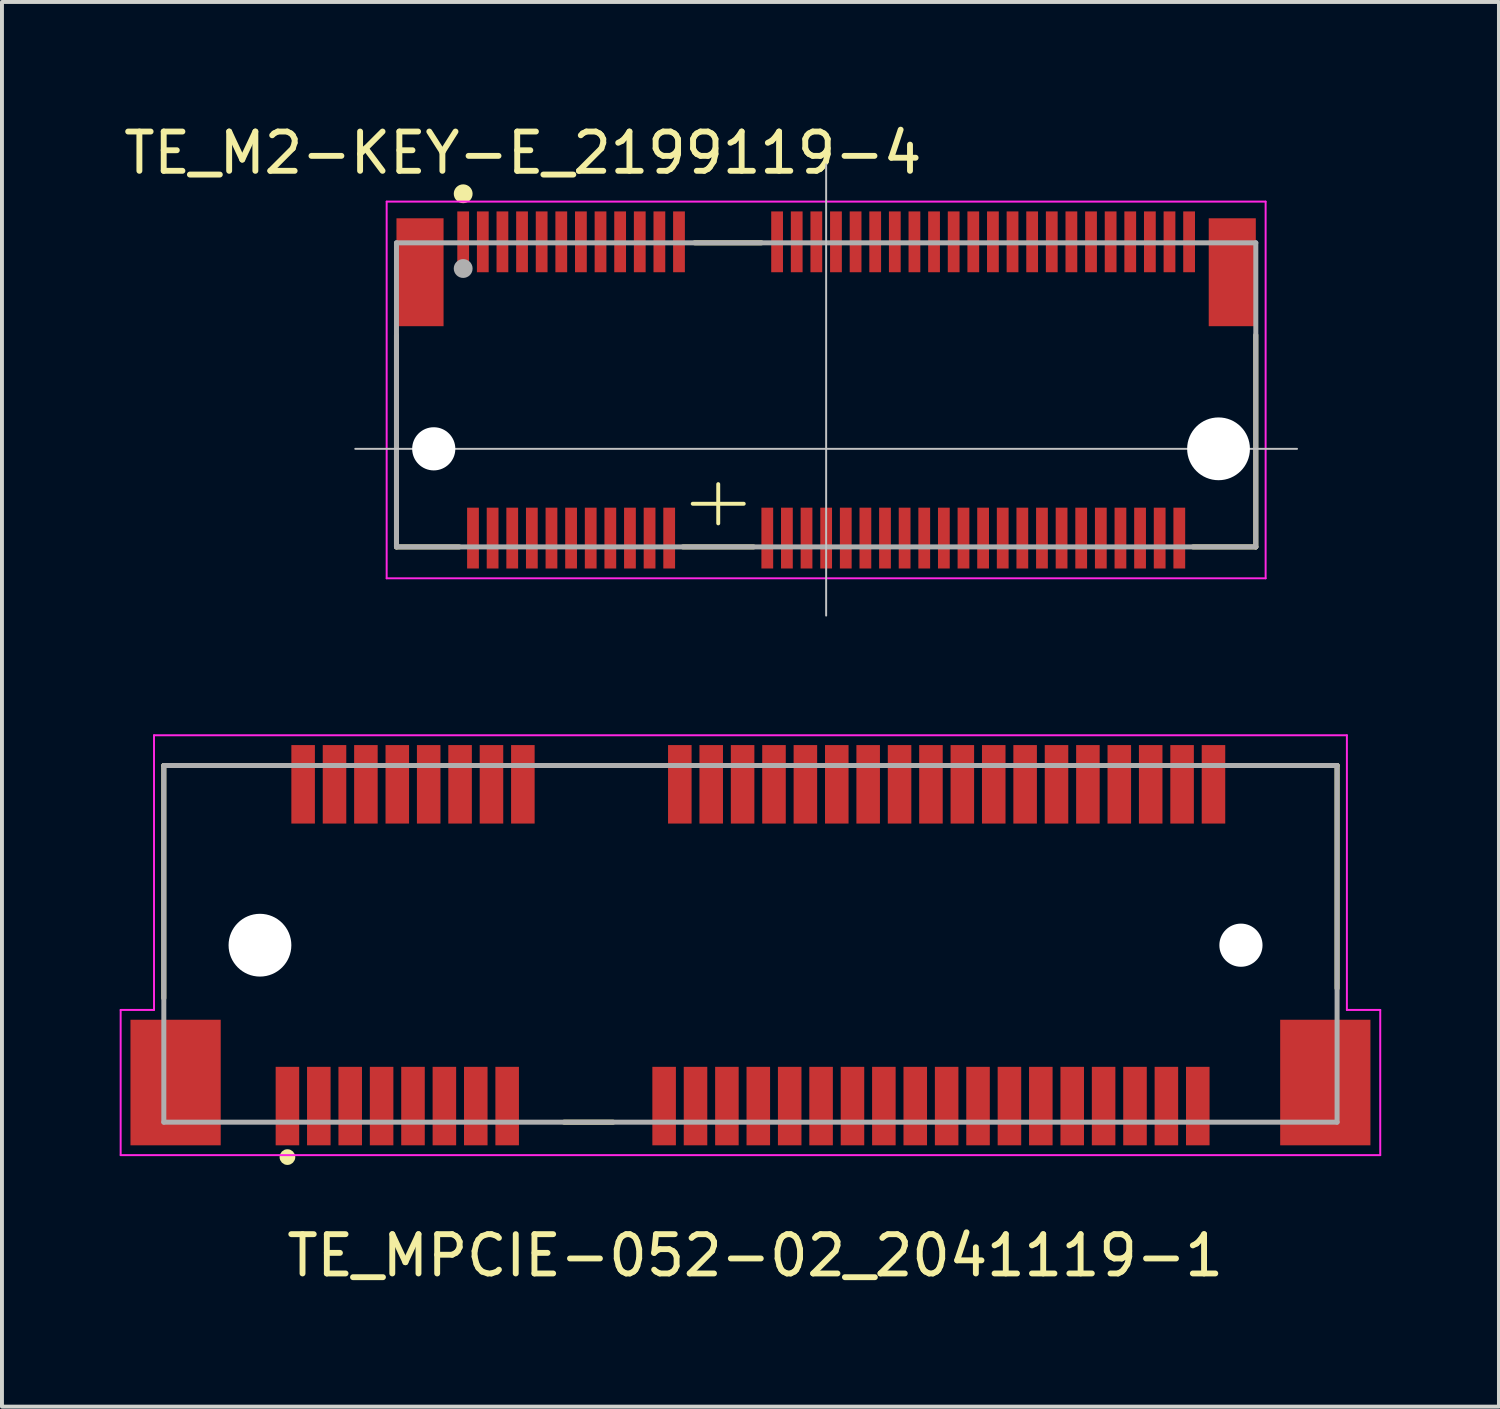
<source format=kicad_pcb>
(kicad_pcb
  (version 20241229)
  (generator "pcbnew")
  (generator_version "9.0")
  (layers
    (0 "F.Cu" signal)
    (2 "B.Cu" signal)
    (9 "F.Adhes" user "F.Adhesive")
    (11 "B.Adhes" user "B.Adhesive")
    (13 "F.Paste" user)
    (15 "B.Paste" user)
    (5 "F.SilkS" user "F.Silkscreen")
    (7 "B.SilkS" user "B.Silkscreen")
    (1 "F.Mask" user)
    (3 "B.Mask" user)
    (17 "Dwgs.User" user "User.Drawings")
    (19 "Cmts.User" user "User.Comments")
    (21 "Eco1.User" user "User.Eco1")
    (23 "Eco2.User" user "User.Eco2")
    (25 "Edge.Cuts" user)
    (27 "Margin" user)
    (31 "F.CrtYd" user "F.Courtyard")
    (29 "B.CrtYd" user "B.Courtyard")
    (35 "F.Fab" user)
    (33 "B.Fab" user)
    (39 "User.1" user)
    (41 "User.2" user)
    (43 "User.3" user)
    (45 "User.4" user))
  (footprint "TE_MPCIE-052-02_2041119-1"
    (layer "F.Cu")
    (at 16.075 21.038)
    (property "Reference" "TE_MPCIE-052-02_2041119-1" (at 0.12 7.91 0) (layer "F.SilkS") (effects (font (size 1.001 1.001) (thickness 0.15))))
    (attr smd)
    (fp_line (start -14.95 -4.58) (end -12.2 -4.58) (stroke (width 0.127) (type solid)) (layer "F.SilkS"))
    (fp_line (start -14.95 1.35) (end -14.95 -4.58) (stroke (width 0.127) (type solid)) (layer "F.SilkS"))
    (fp_line (start -4.75 4.51) (end -3.5 4.51) (stroke (width 0.127) (type solid)) (layer "F.SilkS"))
    (fp_line (start -4.4 -4.58) (end -3.15 -4.58) (stroke (width 0.127) (type solid)) (layer "F.SilkS"))
    (fp_line (start 13 -4.58) (end 14.95 -4.58) (stroke (width 0.127) (type solid)) (layer "F.SilkS"))
    (fp_line (start 14.95 -4.58) (end 14.95 1.1) (stroke (width 0.127) (type solid)) (layer "F.SilkS"))
    (fp_circle (center -11.8 5.4) (end -11.7 5.4) (stroke (width 0.2) (type solid)) (fill no) (layer "F.SilkS"))
    (fp_line (start -16.05 1.65) (end -15.2 1.65) (stroke (width 0.05) (type solid)) (layer "F.CrtYd"))
    (fp_line (start -16.05 5.35) (end -16.05 1.65) (stroke (width 0.05) (type solid)) (layer "F.CrtYd"))
    (fp_line (start -15.2 -5.35) (end 15.2 -5.35) (stroke (width 0.05) (type default)) (layer "F.CrtYd"))
    (fp_line (start -15.2 1.65) (end -15.2 -5.35) (stroke (width 0.05) (type solid)) (layer "F.CrtYd"))
    (fp_line (start 15.2 -5.35) (end 15.2 1.65) (stroke (width 0.05) (type solid)) (layer "F.CrtYd"))
    (fp_line (start 15.2 1.65) (end 16.05 1.65) (stroke (width 0.05) (type solid)) (layer "F.CrtYd"))
    (fp_line (start 16.05 1.65) (end 16.05 5.35) (stroke (width 0.05) (type solid)) (layer "F.CrtYd"))
    (fp_line (start 16.05 5.35) (end -16.05 5.35) (stroke (width 0.05) (type solid)) (layer "F.CrtYd"))
    (fp_line (start -14.95 -4.58) (end -14.95 4.51) (stroke (width 0.127) (type solid)) (layer "F.Fab"))
    (fp_line (start -14.95 4.51) (end 14.95 4.51) (stroke (width 0.127) (type solid)) (layer "F.Fab"))
    (fp_line (start 14.95 -4.58) (end -14.95 -4.58) (stroke (width 0.127) (type solid)) (layer "F.Fab"))
    (fp_line (start 14.95 4.51) (end 14.95 -4.58) (stroke (width 0.127) (type solid)) (layer "F.Fab"))
    (pad "" np_thru_hole circle (at -12.5 0) (size 1.6 1.6) (drill 1.6) (layers "*.Cu" "*.Mask"))
    (pad "" np_thru_hole circle (at 12.5 0) (size 1.1 1.1) (drill 1.1) (layers "*.Cu" "*.Mask"))
    (pad "1" smd rect (at -11.8 4.1) (size 0.6 2) (layers "F.Cu" "F.Mask" "F.Paste"))
    (pad "2" smd rect (at -11.4 -4.1) (size 0.6 2) (layers "F.Cu" "F.Mask" "F.Paste"))
    (pad "3" smd rect (at -11 4.1) (size 0.6 2) (layers "F.Cu" "F.Mask" "F.Paste"))
    (pad "4" smd rect (at -10.6 -4.1) (size 0.6 2) (layers "F.Cu" "F.Mask" "F.Paste"))
    (pad "5" smd rect (at -10.2 4.1) (size 0.6 2) (layers "F.Cu" "F.Mask" "F.Paste"))
    (pad "6" smd rect (at -9.8 -4.1) (size 0.6 2) (layers "F.Cu" "F.Mask" "F.Paste"))
    (pad "7" smd rect (at -9.4 4.1) (size 0.6 2) (layers "F.Cu" "F.Mask" "F.Paste"))
    (pad "8" smd rect (at -9 -4.1) (size 0.6 2) (layers "F.Cu" "F.Mask" "F.Paste"))
    (pad "9" smd rect (at -8.6 4.1) (size 0.6 2) (layers "F.Cu" "F.Mask" "F.Paste"))
    (pad "10" smd rect (at -8.2 -4.1) (size 0.6 2) (layers "F.Cu" "F.Mask" "F.Paste"))
    (pad "11" smd rect (at -7.8 4.1) (size 0.6 2) (layers "F.Cu" "F.Mask" "F.Paste"))
    (pad "12" smd rect (at -7.4 -4.1) (size 0.6 2) (layers "F.Cu" "F.Mask" "F.Paste"))
    (pad "13" smd rect (at -7 4.1) (size 0.6 2) (layers "F.Cu" "F.Mask" "F.Paste"))
    (pad "14" smd rect (at -6.6 -4.1) (size 0.6 2) (layers "F.Cu" "F.Mask" "F.Paste"))
    (pad "15" smd rect (at -6.2 4.1) (size 0.6 2) (layers "F.Cu" "F.Mask" "F.Paste"))
    (pad "16" smd rect (at -5.8 -4.1) (size 0.6 2) (layers "F.Cu" "F.Mask" "F.Paste"))
    (pad "17" smd rect (at -2.2 4.1) (size 0.6 2) (layers "F.Cu" "F.Mask" "F.Paste"))
    (pad "18" smd rect (at -1.8 -4.1) (size 0.6 2) (layers "F.Cu" "F.Mask" "F.Paste"))
    (pad "19" smd rect (at -1.4 4.1) (size 0.6 2) (layers "F.Cu" "F.Mask" "F.Paste"))
    (pad "20" smd rect (at -1 -4.1) (size 0.6 2) (layers "F.Cu" "F.Mask" "F.Paste"))
    (pad "21" smd rect (at -0.6 4.1) (size 0.6 2) (layers "F.Cu" "F.Mask" "F.Paste"))
    (pad "22" smd rect (at -0.2 -4.1) (size 0.6 2) (layers "F.Cu" "F.Mask" "F.Paste"))
    (pad "23" smd rect (at 0.2 4.1) (size 0.6 2) (layers "F.Cu" "F.Mask" "F.Paste"))
    (pad "24" smd rect (at 0.6 -4.1) (size 0.6 2) (layers "F.Cu" "F.Mask" "F.Paste"))
    (pad "25" smd rect (at 1 4.1) (size 0.6 2) (layers "F.Cu" "F.Mask" "F.Paste"))
    (pad "26" smd rect (at 1.4 -4.1) (size 0.6 2) (layers "F.Cu" "F.Mask" "F.Paste"))
    (pad "27" smd rect (at 1.8 4.1) (size 0.6 2) (layers "F.Cu" "F.Mask" "F.Paste"))
    (pad "28" smd rect (at 2.2 -4.1) (size 0.6 2) (layers "F.Cu" "F.Mask" "F.Paste"))
    (pad "29" smd rect (at 2.6 4.1) (size 0.6 2) (layers "F.Cu" "F.Mask" "F.Paste"))
    (pad "30" smd rect (at 3 -4.1) (size 0.6 2) (layers "F.Cu" "F.Mask" "F.Paste"))
    (pad "31" smd rect (at 3.4 4.1) (size 0.6 2) (layers "F.Cu" "F.Mask" "F.Paste"))
    (pad "32" smd rect (at 3.8 -4.1) (size 0.6 2) (layers "F.Cu" "F.Mask" "F.Paste"))
    (pad "33" smd rect (at 4.2 4.1) (size 0.6 2) (layers "F.Cu" "F.Mask" "F.Paste"))
    (pad "34" smd rect (at 4.6 -4.1) (size 0.6 2) (layers "F.Cu" "F.Mask" "F.Paste"))
    (pad "35" smd rect (at 5 4.1) (size 0.6 2) (layers "F.Cu" "F.Mask" "F.Paste"))
    (pad "36" smd rect (at 5.4 -4.1) (size 0.6 2) (layers "F.Cu" "F.Mask" "F.Paste"))
    (pad "37" smd rect (at 5.8 4.1) (size 0.6 2) (layers "F.Cu" "F.Mask" "F.Paste"))
    (pad "38" smd rect (at 6.2 -4.1) (size 0.6 2) (layers "F.Cu" "F.Mask" "F.Paste"))
    (pad "39" smd rect (at 6.6 4.1) (size 0.6 2) (layers "F.Cu" "F.Mask" "F.Paste"))
    (pad "40" smd rect (at 7 -4.1) (size 0.6 2) (layers "F.Cu" "F.Mask" "F.Paste"))
    (pad "41" smd rect (at 7.4 4.1) (size 0.6 2) (layers "F.Cu" "F.Mask" "F.Paste"))
    (pad "42" smd rect (at 7.8 -4.1) (size 0.6 2) (layers "F.Cu" "F.Mask" "F.Paste"))
    (pad "43" smd rect (at 8.2 4.1) (size 0.6 2) (layers "F.Cu" "F.Mask" "F.Paste"))
    (pad "44" smd rect (at 8.6 -4.1) (size 0.6 2) (layers "F.Cu" "F.Mask" "F.Paste"))
    (pad "45" smd rect (at 9 4.1) (size 0.6 2) (layers "F.Cu" "F.Mask" "F.Paste"))
    (pad "46" smd rect (at 9.4 -4.1) (size 0.6 2) (layers "F.Cu" "F.Mask" "F.Paste"))
    (pad "47" smd rect (at 9.8 4.1) (size 0.6 2) (layers "F.Cu" "F.Mask" "F.Paste"))
    (pad "48" smd rect (at 10.2 -4.1) (size 0.6 2) (layers "F.Cu" "F.Mask" "F.Paste"))
    (pad "49" smd rect (at 10.6 4.1) (size 0.6 2) (layers "F.Cu" "F.Mask" "F.Paste"))
    (pad "50" smd rect (at 11 -4.1) (size 0.6 2) (layers "F.Cu" "F.Mask" "F.Paste"))
    (pad "51" smd rect (at 11.4 4.1) (size 0.6 2) (layers "F.Cu" "F.Mask" "F.Paste"))
    (pad "52" smd rect (at 11.8 -4.1) (size 0.6 2) (layers "F.Cu" "F.Mask" "F.Paste"))
    (pad "S1" smd rect (at -14.65 3.5) (size 2.3 3.2) (layers "F.Cu" "F.Mask" "F.Paste"))
    (pad "S2" smd rect (at 14.65 3.5) (size 2.3 3.2) (layers "F.Cu" "F.Mask" "F.Paste")))
  (footprint "TE_M2-KEY-E_2199119-4"
    (layer "F.Cu")
    (at 18.004 8.388)
    (property "Reference" "TE_M2-KEY-E_2199119-4" (at -7.73 -7.54 0) (layer "F.SilkS") (effects (font (size 1.001 1.001) (thickness 0.15))))
    (attr smd)
    (fp_line (start -10.95 -2.9) (end -10.95 2.5) (stroke (width 0.127) (type solid)) (layer "F.SilkS"))
    (fp_line (start -10.95 2.5) (end -9.35 2.5) (stroke (width 0.127) (type solid)) (layer "F.SilkS"))
    (fp_line (start -3.65 2.5) (end -1.85 2.5) (stroke (width 0.127) (type solid)) (layer "F.SilkS"))
    (fp_line (start -3.4 1.4) (end -2.1 1.4) (stroke (width 0.1) (type default)) (layer "F.SilkS"))
    (fp_line (start -3.35 -5.25) (end -1.65 -5.25) (stroke (width 0.127) (type solid)) (layer "F.SilkS"))
    (fp_line (start -2.75 1.9) (end -2.75 0.9) (stroke (width 0.1) (type default)) (layer "F.SilkS"))
    (fp_line (start 9.35 2.5) (end 10.95 2.5) (stroke (width 0.127) (type solid)) (layer "F.SilkS"))
    (fp_line (start 10.95 2.5) (end 10.95 -2.9) (stroke (width 0.127) (type solid)) (layer "F.SilkS"))
    (fp_circle (center -9.25 -6.5) (end -9.13 -6.5) (stroke (width 0.24) (type solid)) (fill no) (layer "F.SilkS"))
    (fp_line (start -12 0) (end 12 0) (stroke (width 0.05) (type solid)) (layer "Dwgs.User"))
    (fp_line (start 0 -7.25) (end 0 4.25) (stroke (width 0.05) (type solid)) (layer "Dwgs.User"))
    (fp_line (start -11.2 -6.3) (end 11.2 -6.3) (stroke (width 0.05) (type solid)) (layer "F.CrtYd"))
    (fp_line (start -11.2 3.3) (end -11.2 -6.3) (stroke (width 0.05) (type solid)) (layer "F.CrtYd"))
    (fp_line (start 11.2 -6.3) (end 11.2 3.3) (stroke (width 0.05) (type solid)) (layer "F.CrtYd"))
    (fp_line (start 11.2 3.3) (end -11.2 3.3) (stroke (width 0.05) (type solid)) (layer "F.CrtYd"))
    (fp_line (start -10.95 -5.25) (end 10.95 -5.25) (stroke (width 0.127) (type solid)) (layer "F.Fab"))
    (fp_line (start -10.95 2.5) (end -10.95 -5.25) (stroke (width 0.127) (type solid)) (layer "F.Fab"))
    (fp_line (start 10.95 -5.25) (end 10.95 2.5) (stroke (width 0.127) (type solid)) (layer "F.Fab"))
    (fp_line (start 10.95 2.5) (end -10.95 2.5) (stroke (width 0.127) (type solid)) (layer "F.Fab"))
    (fp_circle (center -9.25 -4.595) (end -9.13 -4.595) (stroke (width 0.24) (type solid)) (fill no) (layer "F.Fab"))
    (pad "" np_thru_hole circle (at -10 0) (size 1.1 1.1) (drill 1.1) (layers "*.Cu" "*.Mask"))
    (pad "" np_thru_hole circle (at 10 0) (size 1.6 1.6) (drill 1.6) (layers "*.Cu" "*.Mask"))
    (pad "1" smd rect (at -9.25 -5.275) (size 0.3 1.55) (layers "F.Cu" "F.Mask" "F.Paste"))
    (pad "2" smd rect (at -9 2.275) (size 0.3 1.55) (layers "F.Cu" "F.Mask" "F.Paste"))
    (pad "3" smd rect (at -8.75 -5.275) (size 0.3 1.55) (layers "F.Cu" "F.Mask" "F.Paste"))
    (pad "4" smd rect (at -8.5 2.275) (size 0.3 1.55) (layers "F.Cu" "F.Mask" "F.Paste"))
    (pad "5" smd rect (at -8.25 -5.275) (size 0.3 1.55) (layers "F.Cu" "F.Mask" "F.Paste"))
    (pad "6" smd rect (at -8 2.275) (size 0.3 1.55) (layers "F.Cu" "F.Mask" "F.Paste"))
    (pad "7" smd rect (at -7.75 -5.275) (size 0.3 1.55) (layers "F.Cu" "F.Mask" "F.Paste"))
    (pad "8" smd rect (at -7.5 2.275) (size 0.3 1.55) (layers "F.Cu" "F.Mask" "F.Paste"))
    (pad "9" smd rect (at -7.25 -5.275) (size 0.3 1.55) (layers "F.Cu" "F.Mask" "F.Paste"))
    (pad "10" smd rect (at -7 2.275) (size 0.3 1.55) (layers "F.Cu" "F.Mask" "F.Paste"))
    (pad "11" smd rect (at -6.75 -5.275) (size 0.3 1.55) (layers "F.Cu" "F.Mask" "F.Paste"))
    (pad "12" smd rect (at -6.5 2.275) (size 0.3 1.55) (layers "F.Cu" "F.Mask" "F.Paste"))
    (pad "13" smd rect (at -6.25 -5.275) (size 0.3 1.55) (layers "F.Cu" "F.Mask" "F.Paste"))
    (pad "14" smd rect (at -6 2.275) (size 0.3 1.55) (layers "F.Cu" "F.Mask" "F.Paste"))
    (pad "15" smd rect (at -5.75 -5.275) (size 0.3 1.55) (layers "F.Cu" "F.Mask" "F.Paste"))
    (pad "16" smd rect (at -5.5 2.275) (size 0.3 1.55) (layers "F.Cu" "F.Mask" "F.Paste"))
    (pad "17" smd rect (at -5.25 -5.275) (size 0.3 1.55) (layers "F.Cu" "F.Mask" "F.Paste"))
    (pad "18" smd rect (at -5 2.275) (size 0.3 1.55) (layers "F.Cu" "F.Mask" "F.Paste"))
    (pad "19" smd rect (at -4.75 -5.275) (size 0.3 1.55) (layers "F.Cu" "F.Mask" "F.Paste"))
    (pad "20" smd rect (at -4.5 2.275) (size 0.3 1.55) (layers "F.Cu" "F.Mask" "F.Paste"))
    (pad "21" smd rect (at -4.25 -5.275) (size 0.3 1.55) (layers "F.Cu" "F.Mask" "F.Paste"))
    (pad "22" smd rect (at -4 2.275) (size 0.3 1.55) (layers "F.Cu" "F.Mask" "F.Paste"))
    (pad "23" smd rect (at -3.75 -5.275) (size 0.3 1.55) (layers "F.Cu" "F.Mask" "F.Paste"))
    (pad "32" smd rect (at -1.5 2.275) (size 0.3 1.55) (layers "F.Cu" "F.Mask" "F.Paste"))
    (pad "33" smd rect (at -1.25 -5.275) (size 0.3 1.55) (layers "F.Cu" "F.Mask" "F.Paste"))
    (pad "34" smd rect (at -1 2.275) (size 0.3 1.55) (layers "F.Cu" "F.Mask" "F.Paste"))
    (pad "35" smd rect (at -0.75 -5.275) (size 0.3 1.55) (layers "F.Cu" "F.Mask" "F.Paste"))
    (pad "36" smd rect (at -0.5 2.275) (size 0.3 1.55) (layers "F.Cu" "F.Mask" "F.Paste"))
    (pad "37" smd rect (at -0.25 -5.275) (size 0.3 1.55) (layers "F.Cu" "F.Mask" "F.Paste"))
    (pad "38" smd rect (at 0 2.275) (size 0.3 1.55) (layers "F.Cu" "F.Mask" "F.Paste"))
    (pad "39" smd rect (at 0.25 -5.275) (size 0.3 1.55) (layers "F.Cu" "F.Mask" "F.Paste"))
    (pad "40" smd rect (at 0.5 2.275) (size 0.3 1.55) (layers "F.Cu" "F.Mask" "F.Paste"))
    (pad "41" smd rect (at 0.75 -5.275) (size 0.3 1.55) (layers "F.Cu" "F.Mask" "F.Paste"))
    (pad "42" smd rect (at 1 2.275) (size 0.3 1.55) (layers "F.Cu" "F.Mask" "F.Paste"))
    (pad "43" smd rect (at 1.25 -5.275) (size 0.3 1.55) (layers "F.Cu" "F.Mask" "F.Paste"))
    (pad "44" smd rect (at 1.5 2.275) (size 0.3 1.55) (layers "F.Cu" "F.Mask" "F.Paste"))
    (pad "45" smd rect (at 1.75 -5.275) (size 0.3 1.55) (layers "F.Cu" "F.Mask" "F.Paste"))
    (pad "46" smd rect (at 2 2.275) (size 0.3 1.55) (layers "F.Cu" "F.Mask" "F.Paste"))
    (pad "47" smd rect (at 2.25 -5.275) (size 0.3 1.55) (layers "F.Cu" "F.Mask" "F.Paste"))
    (pad "48" smd rect (at 2.5 2.275) (size 0.3 1.55) (layers "F.Cu" "F.Mask" "F.Paste"))
    (pad "49" smd rect (at 2.75 -5.275) (size 0.3 1.55) (layers "F.Cu" "F.Mask" "F.Paste"))
    (pad "50" smd rect (at 3 2.275) (size 0.3 1.55) (layers "F.Cu" "F.Mask" "F.Paste"))
    (pad "51" smd rect (at 3.25 -5.275) (size 0.3 1.55) (layers "F.Cu" "F.Mask" "F.Paste"))
    (pad "52" smd rect (at 3.5 2.275) (size 0.3 1.55) (layers "F.Cu" "F.Mask" "F.Paste"))
    (pad "53" smd rect (at 3.75 -5.275) (size 0.3 1.55) (layers "F.Cu" "F.Mask" "F.Paste"))
    (pad "54" smd rect (at 4 2.275) (size 0.3 1.55) (layers "F.Cu" "F.Mask" "F.Paste"))
    (pad "55" smd rect (at 4.25 -5.275) (size 0.3 1.55) (layers "F.Cu" "F.Mask" "F.Paste"))
    (pad "56" smd rect (at 4.5 2.275) (size 0.3 1.55) (layers "F.Cu" "F.Mask" "F.Paste"))
    (pad "57" smd rect (at 4.75 -5.275) (size 0.3 1.55) (layers "F.Cu" "F.Mask" "F.Paste"))
    (pad "58" smd rect (at 5 2.275) (size 0.3 1.55) (layers "F.Cu" "F.Mask" "F.Paste"))
    (pad "59" smd rect (at 5.25 -5.275) (size 0.3 1.55) (layers "F.Cu" "F.Mask" "F.Paste"))
    (pad "60" smd rect (at 5.5 2.275) (size 0.3 1.55) (layers "F.Cu" "F.Mask" "F.Paste"))
    (pad "61" smd rect (at 5.75 -5.275) (size 0.3 1.55) (layers "F.Cu" "F.Mask" "F.Paste"))
    (pad "62" smd rect (at 6 2.275) (size 0.3 1.55) (layers "F.Cu" "F.Mask" "F.Paste"))
    (pad "63" smd rect (at 6.25 -5.275) (size 0.3 1.55) (layers "F.Cu" "F.Mask" "F.Paste"))
    (pad "64" smd rect (at 6.5 2.275) (size 0.3 1.55) (layers "F.Cu" "F.Mask" "F.Paste"))
    (pad "65" smd rect (at 6.75 -5.275) (size 0.3 1.55) (layers "F.Cu" "F.Mask" "F.Paste"))
    (pad "66" smd rect (at 7 2.275) (size 0.3 1.55) (layers "F.Cu" "F.Mask" "F.Paste"))
    (pad "67" smd rect (at 7.25 -5.275) (size 0.3 1.55) (layers "F.Cu" "F.Mask" "F.Paste"))
    (pad "68" smd rect (at 7.5 2.275) (size 0.3 1.55) (layers "F.Cu" "F.Mask" "F.Paste"))
    (pad "69" smd rect (at 7.75 -5.275) (size 0.3 1.55) (layers "F.Cu" "F.Mask" "F.Paste"))
    (pad "70" smd rect (at 8 2.275) (size 0.3 1.55) (layers "F.Cu" "F.Mask" "F.Paste"))
    (pad "71" smd rect (at 8.25 -5.275) (size 0.3 1.55) (layers "F.Cu" "F.Mask" "F.Paste"))
    (pad "72" smd rect (at 8.5 2.275) (size 0.3 1.55) (layers "F.Cu" "F.Mask" "F.Paste"))
    (pad "73" smd rect (at 8.75 -5.275) (size 0.3 1.55) (layers "F.Cu" "F.Mask" "F.Paste"))
    (pad "74" smd rect (at 9 2.275) (size 0.3 1.55) (layers "F.Cu" "F.Mask" "F.Paste"))
    (pad "75" smd rect (at 9.25 -5.275) (size 0.3 1.55) (layers "F.Cu" "F.Mask" "F.Paste"))
    (pad "SH1" smd rect (at -10.35 -4.5) (size 1.2 2.75) (layers "F.Cu" "F.Mask" "F.Paste"))
    (pad "SH2" smd rect (at 10.35 -4.5) (size 1.2 2.75) (layers "F.Cu" "F.Mask" "F.Paste")))
  (gr_rect
    (start -3 -3)
    (end 35.15 32.797)
    (stroke (width 0.1) (type default))
    (fill no)
    (layer "Edge.Cuts")))
</source>
